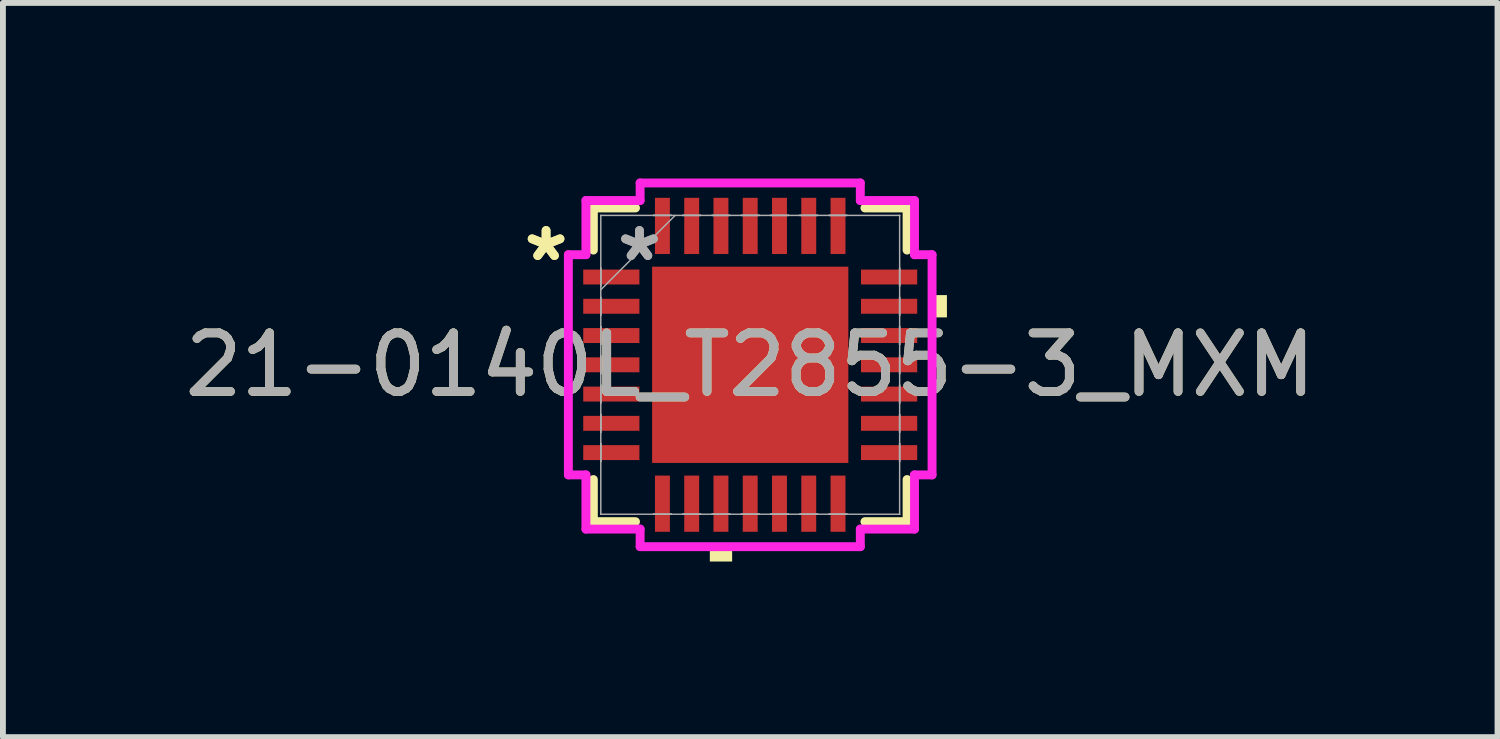
<source format=kicad_pcb>
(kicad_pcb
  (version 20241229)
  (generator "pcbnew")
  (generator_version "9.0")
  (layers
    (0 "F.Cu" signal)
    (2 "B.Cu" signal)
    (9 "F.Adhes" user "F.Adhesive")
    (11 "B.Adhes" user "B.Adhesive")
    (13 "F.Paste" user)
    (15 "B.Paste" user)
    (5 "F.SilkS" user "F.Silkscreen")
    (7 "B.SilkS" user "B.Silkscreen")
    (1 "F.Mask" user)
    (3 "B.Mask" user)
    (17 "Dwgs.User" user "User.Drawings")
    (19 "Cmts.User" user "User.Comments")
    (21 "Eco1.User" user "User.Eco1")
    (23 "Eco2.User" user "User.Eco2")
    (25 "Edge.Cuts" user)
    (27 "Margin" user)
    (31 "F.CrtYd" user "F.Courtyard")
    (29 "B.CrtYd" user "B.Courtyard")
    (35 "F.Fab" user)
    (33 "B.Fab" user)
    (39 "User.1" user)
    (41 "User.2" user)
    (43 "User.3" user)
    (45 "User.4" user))
  (footprint "21-0140L_T2855-3_MXM"
    (layer "F.Cu")
    (at 9.768 3.183)
    (property "Reference" "21-0140L_T2855-3_MXM" (at 0 0 0) (unlocked yes) (layer "F.SilkS") (effects (font (size 1 1) (thickness 0.15))))
    (attr smd)
    (fp_line (start -2.68 -2.68) (end -2.68 -1.96) (stroke (width 0.152) (type solid)) (layer "F.SilkS"))
    (fp_line (start -2.68 1.96) (end -2.68 2.68) (stroke (width 0.152) (type solid)) (layer "F.SilkS"))
    (fp_line (start -2.68 2.68) (end -1.96 2.68) (stroke (width 0.152) (type solid)) (layer "F.SilkS"))
    (fp_line (start -1.96 -2.68) (end -2.68 -2.68) (stroke (width 0.152) (type solid)) (layer "F.SilkS"))
    (fp_line (start 1.96 2.68) (end 2.68 2.68) (stroke (width 0.152) (type solid)) (layer "F.SilkS"))
    (fp_line (start 2.68 -2.68) (end 1.96 -2.68) (stroke (width 0.152) (type solid)) (layer "F.SilkS"))
    (fp_line (start 2.68 -1.96) (end 2.68 -2.68) (stroke (width 0.152) (type solid)) (layer "F.SilkS"))
    (fp_line (start 2.68 2.68) (end 2.68 1.96) (stroke (width 0.152) (type solid)) (layer "F.SilkS"))
    (fp_poly (pts (xy -0.69 3.107) (xy -0.69 3.361) (xy -0.309 3.361) (xy -0.309 3.107)) (stroke (width 0) (type solid)) (fill yes) (layer "F.SilkS"))
    (fp_poly (pts (xy 3.361 -1.191) (xy 3.361 -0.81) (xy 3.107 -0.81) (xy 3.107 -1.191)) (stroke (width 0) (type solid)) (fill yes) (layer "F.SilkS"))
    (fp_poly (pts (xy -1.576 -1.576) (xy -1.576 -0.1) (xy -0.1 -0.1) (xy -0.1 -1.576)) (stroke (width 0) (type solid)) (fill yes) (layer "F.Paste"))
    (fp_poly (pts (xy -1.576 0.1) (xy -1.576 1.576) (xy -0.1 1.576) (xy -0.1 0.1)) (stroke (width 0) (type solid)) (fill yes) (layer "F.Paste"))
    (fp_poly (pts (xy 0.1 -1.576) (xy 0.1 -0.1) (xy 1.576 -0.1) (xy 1.576 -1.576)) (stroke (width 0) (type solid)) (fill yes) (layer "F.Paste"))
    (fp_poly (pts (xy 0.1 0.1) (xy 0.1 1.576) (xy 1.576 1.576) (xy 1.576 0.1)) (stroke (width 0) (type solid)) (fill yes) (layer "F.Paste"))
    (fp_line (start -3.107 -1.881) (end -2.807 -1.881) (stroke (width 0.152) (type solid)) (layer "F.CrtYd"))
    (fp_line (start -3.107 1.881) (end -3.107 -1.881) (stroke (width 0.152) (type solid)) (layer "F.CrtYd"))
    (fp_line (start -2.807 -2.807) (end -1.881 -2.807) (stroke (width 0.152) (type solid)) (layer "F.CrtYd"))
    (fp_line (start -2.807 -1.881) (end -2.807 -2.807) (stroke (width 0.152) (type solid)) (layer "F.CrtYd"))
    (fp_line (start -2.807 1.881) (end -3.107 1.881) (stroke (width 0.152) (type solid)) (layer "F.CrtYd"))
    (fp_line (start -2.807 2.807) (end -2.807 1.881) (stroke (width 0.152) (type solid)) (layer "F.CrtYd"))
    (fp_line (start -1.881 -3.107) (end 1.881 -3.107) (stroke (width 0.152) (type solid)) (layer "F.CrtYd"))
    (fp_line (start -1.881 -2.807) (end -1.881 -3.107) (stroke (width 0.152) (type solid)) (layer "F.CrtYd"))
    (fp_line (start -1.881 2.807) (end -2.807 2.807) (stroke (width 0.152) (type solid)) (layer "F.CrtYd"))
    (fp_line (start -1.881 3.107) (end -1.881 2.807) (stroke (width 0.152) (type solid)) (layer "F.CrtYd"))
    (fp_line (start 1.881 -3.107) (end 1.881 -2.807) (stroke (width 0.152) (type solid)) (layer "F.CrtYd"))
    (fp_line (start 1.881 -2.807) (end 2.807 -2.807) (stroke (width 0.152) (type solid)) (layer "F.CrtYd"))
    (fp_line (start 1.881 2.807) (end 1.881 3.107) (stroke (width 0.152) (type solid)) (layer "F.CrtYd"))
    (fp_line (start 1.881 3.107) (end -1.881 3.107) (stroke (width 0.152) (type solid)) (layer "F.CrtYd"))
    (fp_line (start 2.807 -2.807) (end 2.807 -1.881) (stroke (width 0.152) (type solid)) (layer "F.CrtYd"))
    (fp_line (start 2.807 -1.881) (end 3.107 -1.881) (stroke (width 0.152) (type solid)) (layer "F.CrtYd"))
    (fp_line (start 2.807 1.881) (end 2.807 2.807) (stroke (width 0.152) (type solid)) (layer "F.CrtYd"))
    (fp_line (start 2.807 2.807) (end 1.881 2.807) (stroke (width 0.152) (type solid)) (layer "F.CrtYd"))
    (fp_line (start 3.107 -1.881) (end 3.107 1.881) (stroke (width 0.152) (type solid)) (layer "F.CrtYd"))
    (fp_line (start 3.107 1.881) (end 2.807 1.881) (stroke (width 0.152) (type solid)) (layer "F.CrtYd"))
    (fp_line (start -2.553 -2.553) (end -2.553 -2.553) (stroke (width 0.025) (type solid)) (layer "F.Fab"))
    (fp_line (start -2.553 -2.553) (end -2.553 2.553) (stroke (width 0.025) (type solid)) (layer "F.Fab"))
    (fp_line (start -2.553 -1.652) (end -2.553 -1.652) (stroke (width 0.025) (type solid)) (layer "F.Fab"))
    (fp_line (start -2.553 -1.652) (end -2.553 -1.348) (stroke (width 0.025) (type solid)) (layer "F.Fab"))
    (fp_line (start -2.553 -1.348) (end -2.553 -1.652) (stroke (width 0.025) (type solid)) (layer "F.Fab"))
    (fp_line (start -2.553 -1.348) (end -2.553 -1.348) (stroke (width 0.025) (type solid)) (layer "F.Fab"))
    (fp_line (start -2.553 -1.283) (end -1.283 -2.553) (stroke (width 0.025) (type solid)) (layer "F.Fab"))
    (fp_line (start -2.553 -1.152) (end -2.553 -1.152) (stroke (width 0.025) (type solid)) (layer "F.Fab"))
    (fp_line (start -2.553 -1.152) (end -2.553 -0.848) (stroke (width 0.025) (type solid)) (layer "F.Fab"))
    (fp_line (start -2.553 -0.848) (end -2.553 -1.152) (stroke (width 0.025) (type solid)) (layer "F.Fab"))
    (fp_line (start -2.553 -0.848) (end -2.553 -0.848) (stroke (width 0.025) (type solid)) (layer "F.Fab"))
    (fp_line (start -2.553 -0.652) (end -2.553 -0.652) (stroke (width 0.025) (type solid)) (layer "F.Fab"))
    (fp_line (start -2.553 -0.652) (end -2.553 -0.348) (stroke (width 0.025) (type solid)) (layer "F.Fab"))
    (fp_line (start -2.553 -0.348) (end -2.553 -0.652) (stroke (width 0.025) (type solid)) (layer "F.Fab"))
    (fp_line (start -2.553 -0.348) (end -2.553 -0.348) (stroke (width 0.025) (type solid)) (layer "F.Fab"))
    (fp_line (start -2.553 -0.152) (end -2.553 -0.152) (stroke (width 0.025) (type solid)) (layer "F.Fab"))
    (fp_line (start -2.553 -0.152) (end -2.553 0.152) (stroke (width 0.025) (type solid)) (layer "F.Fab"))
    (fp_line (start -2.553 0.152) (end -2.553 -0.152) (stroke (width 0.025) (type solid)) (layer "F.Fab"))
    (fp_line (start -2.553 0.152) (end -2.553 0.152) (stroke (width 0.025) (type solid)) (layer "F.Fab"))
    (fp_line (start -2.553 0.348) (end -2.553 0.348) (stroke (width 0.025) (type solid)) (layer "F.Fab"))
    (fp_line (start -2.553 0.348) (end -2.553 0.652) (stroke (width 0.025) (type solid)) (layer "F.Fab"))
    (fp_line (start -2.553 0.652) (end -2.553 0.348) (stroke (width 0.025) (type solid)) (layer "F.Fab"))
    (fp_line (start -2.553 0.652) (end -2.553 0.652) (stroke (width 0.025) (type solid)) (layer "F.Fab"))
    (fp_line (start -2.553 0.848) (end -2.553 0.848) (stroke (width 0.025) (type solid)) (layer "F.Fab"))
    (fp_line (start -2.553 0.848) (end -2.553 1.152) (stroke (width 0.025) (type solid)) (layer "F.Fab"))
    (fp_line (start -2.553 1.152) (end -2.553 0.848) (stroke (width 0.025) (type solid)) (layer "F.Fab"))
    (fp_line (start -2.553 1.152) (end -2.553 1.152) (stroke (width 0.025) (type solid)) (layer "F.Fab"))
    (fp_line (start -2.553 1.348) (end -2.553 1.348) (stroke (width 0.025) (type solid)) (layer "F.Fab"))
    (fp_line (start -2.553 1.348) (end -2.553 1.652) (stroke (width 0.025) (type solid)) (layer "F.Fab"))
    (fp_line (start -2.553 1.652) (end -2.553 1.348) (stroke (width 0.025) (type solid)) (layer "F.Fab"))
    (fp_line (start -2.553 1.652) (end -2.553 1.652) (stroke (width 0.025) (type solid)) (layer "F.Fab"))
    (fp_line (start -2.553 2.553) (end -2.553 2.553) (stroke (width 0.025) (type solid)) (layer "F.Fab"))
    (fp_line (start -2.553 2.553) (end 2.553 2.553) (stroke (width 0.025) (type solid)) (layer "F.Fab"))
    (fp_line (start -1.652 -2.553) (end -1.652 -2.553) (stroke (width 0.025) (type solid)) (layer "F.Fab"))
    (fp_line (start -1.652 -2.553) (end -1.348 -2.553) (stroke (width 0.025) (type solid)) (layer "F.Fab"))
    (fp_line (start -1.652 2.553) (end -1.652 2.553) (stroke (width 0.025) (type solid)) (layer "F.Fab"))
    (fp_line (start -1.652 2.553) (end -1.348 2.553) (stroke (width 0.025) (type solid)) (layer "F.Fab"))
    (fp_line (start -1.348 -2.553) (end -1.652 -2.553) (stroke (width 0.025) (type solid)) (layer "F.Fab"))
    (fp_line (start -1.348 -2.553) (end -1.348 -2.553) (stroke (width 0.025) (type solid)) (layer "F.Fab"))
    (fp_line (start -1.348 2.553) (end -1.652 2.553) (stroke (width 0.025) (type solid)) (layer "F.Fab"))
    (fp_line (start -1.348 2.553) (end -1.348 2.553) (stroke (width 0.025) (type solid)) (layer "F.Fab"))
    (fp_line (start -1.152 -2.553) (end -1.152 -2.553) (stroke (width 0.025) (type solid)) (layer "F.Fab"))
    (fp_line (start -1.152 -2.553) (end -0.848 -2.553) (stroke (width 0.025) (type solid)) (layer "F.Fab"))
    (fp_line (start -1.152 2.553) (end -1.152 2.553) (stroke (width 0.025) (type solid)) (layer "F.Fab"))
    (fp_line (start -1.152 2.553) (end -0.848 2.553) (stroke (width 0.025) (type solid)) (layer "F.Fab"))
    (fp_line (start -0.848 -2.553) (end -1.152 -2.553) (stroke (width 0.025) (type solid)) (layer "F.Fab"))
    (fp_line (start -0.848 -2.553) (end -0.848 -2.553) (stroke (width 0.025) (type solid)) (layer "F.Fab"))
    (fp_line (start -0.848 2.553) (end -1.152 2.553) (stroke (width 0.025) (type solid)) (layer "F.Fab"))
    (fp_line (start -0.848 2.553) (end -0.848 2.553) (stroke (width 0.025) (type solid)) (layer "F.Fab"))
    (fp_line (start -0.652 -2.553) (end -0.652 -2.553) (stroke (width 0.025) (type solid)) (layer "F.Fab"))
    (fp_line (start -0.652 -2.553) (end -0.348 -2.553) (stroke (width 0.025) (type solid)) (layer "F.Fab"))
    (fp_line (start -0.652 2.553) (end -0.652 2.553) (stroke (width 0.025) (type solid)) (layer "F.Fab"))
    (fp_line (start -0.652 2.553) (end -0.348 2.553) (stroke (width 0.025) (type solid)) (layer "F.Fab"))
    (fp_line (start -0.348 -2.553) (end -0.652 -2.553) (stroke (width 0.025) (type solid)) (layer "F.Fab"))
    (fp_line (start -0.348 -2.553) (end -0.348 -2.553) (stroke (width 0.025) (type solid)) (layer "F.Fab"))
    (fp_line (start -0.348 2.553) (end -0.652 2.553) (stroke (width 0.025) (type solid)) (layer "F.Fab"))
    (fp_line (start -0.348 2.553) (end -0.348 2.553) (stroke (width 0.025) (type solid)) (layer "F.Fab"))
    (fp_line (start -0.152 -2.553) (end -0.152 -2.553) (stroke (width 0.025) (type solid)) (layer "F.Fab"))
    (fp_line (start -0.152 -2.553) (end 0.152 -2.553) (stroke (width 0.025) (type solid)) (layer "F.Fab"))
    (fp_line (start -0.152 2.553) (end -0.152 2.553) (stroke (width 0.025) (type solid)) (layer "F.Fab"))
    (fp_line (start -0.152 2.553) (end 0.152 2.553) (stroke (width 0.025) (type solid)) (layer "F.Fab"))
    (fp_line (start 0.152 -2.553) (end -0.152 -2.553) (stroke (width 0.025) (type solid)) (layer "F.Fab"))
    (fp_line (start 0.152 -2.553) (end 0.152 -2.553) (stroke (width 0.025) (type solid)) (layer "F.Fab"))
    (fp_line (start 0.152 2.553) (end -0.152 2.553) (stroke (width 0.025) (type solid)) (layer "F.Fab"))
    (fp_line (start 0.152 2.553) (end 0.152 2.553) (stroke (width 0.025) (type solid)) (layer "F.Fab"))
    (fp_line (start 0.348 -2.553) (end 0.348 -2.553) (stroke (width 0.025) (type solid)) (layer "F.Fab"))
    (fp_line (start 0.348 -2.553) (end 0.652 -2.553) (stroke (width 0.025) (type solid)) (layer "F.Fab"))
    (fp_line (start 0.348 2.553) (end 0.348 2.553) (stroke (width 0.025) (type solid)) (layer "F.Fab"))
    (fp_line (start 0.348 2.553) (end 0.652 2.553) (stroke (width 0.025) (type solid)) (layer "F.Fab"))
    (fp_line (start 0.652 -2.553) (end 0.348 -2.553) (stroke (width 0.025) (type solid)) (layer "F.Fab"))
    (fp_line (start 0.652 -2.553) (end 0.652 -2.553) (stroke (width 0.025) (type solid)) (layer "F.Fab"))
    (fp_line (start 0.652 2.553) (end 0.348 2.553) (stroke (width 0.025) (type solid)) (layer "F.Fab"))
    (fp_line (start 0.652 2.553) (end 0.652 2.553) (stroke (width 0.025) (type solid)) (layer "F.Fab"))
    (fp_line (start 0.848 -2.553) (end 0.848 -2.553) (stroke (width 0.025) (type solid)) (layer "F.Fab"))
    (fp_line (start 0.848 -2.553) (end 1.152 -2.553) (stroke (width 0.025) (type solid)) (layer "F.Fab"))
    (fp_line (start 0.848 2.553) (end 0.848 2.553) (stroke (width 0.025) (type solid)) (layer "F.Fab"))
    (fp_line (start 0.848 2.553) (end 1.152 2.553) (stroke (width 0.025) (type solid)) (layer "F.Fab"))
    (fp_line (start 1.152 -2.553) (end 0.848 -2.553) (stroke (width 0.025) (type solid)) (layer "F.Fab"))
    (fp_line (start 1.152 -2.553) (end 1.152 -2.553) (stroke (width 0.025) (type solid)) (layer "F.Fab"))
    (fp_line (start 1.152 2.553) (end 0.848 2.553) (stroke (width 0.025) (type solid)) (layer "F.Fab"))
    (fp_line (start 1.152 2.553) (end 1.152 2.553) (stroke (width 0.025) (type solid)) (layer "F.Fab"))
    (fp_line (start 1.348 -2.553) (end 1.348 -2.553) (stroke (width 0.025) (type solid)) (layer "F.Fab"))
    (fp_line (start 1.348 -2.553) (end 1.652 -2.553) (stroke (width 0.025) (type solid)) (layer "F.Fab"))
    (fp_line (start 1.348 2.553) (end 1.348 2.553) (stroke (width 0.025) (type solid)) (layer "F.Fab"))
    (fp_line (start 1.348 2.553) (end 1.652 2.553) (stroke (width 0.025) (type solid)) (layer "F.Fab"))
    (fp_line (start 1.652 -2.553) (end 1.348 -2.553) (stroke (width 0.025) (type solid)) (layer "F.Fab"))
    (fp_line (start 1.652 -2.553) (end 1.652 -2.553) (stroke (width 0.025) (type solid)) (layer "F.Fab"))
    (fp_line (start 1.652 2.553) (end 1.348 2.553) (stroke (width 0.025) (type solid)) (layer "F.Fab"))
    (fp_line (start 1.652 2.553) (end 1.652 2.553) (stroke (width 0.025) (type solid)) (layer "F.Fab"))
    (fp_line (start 2.553 -2.553) (end -2.553 -2.553) (stroke (width 0.025) (type solid)) (layer "F.Fab"))
    (fp_line (start 2.553 -2.553) (end 2.553 -2.553) (stroke (width 0.025) (type solid)) (layer "F.Fab"))
    (fp_line (start 2.553 -1.652) (end 2.553 -1.652) (stroke (width 0.025) (type solid)) (layer "F.Fab"))
    (fp_line (start 2.553 -1.652) (end 2.553 -1.348) (stroke (width 0.025) (type solid)) (layer "F.Fab"))
    (fp_line (start 2.553 -1.348) (end 2.553 -1.652) (stroke (width 0.025) (type solid)) (layer "F.Fab"))
    (fp_line (start 2.553 -1.348) (end 2.553 -1.348) (stroke (width 0.025) (type solid)) (layer "F.Fab"))
    (fp_line (start 2.553 -1.152) (end 2.553 -1.152) (stroke (width 0.025) (type solid)) (layer "F.Fab"))
    (fp_line (start 2.553 -1.152) (end 2.553 -0.848) (stroke (width 0.025) (type solid)) (layer "F.Fab"))
    (fp_line (start 2.553 -0.848) (end 2.553 -1.152) (stroke (width 0.025) (type solid)) (layer "F.Fab"))
    (fp_line (start 2.553 -0.848) (end 2.553 -0.848) (stroke (width 0.025) (type solid)) (layer "F.Fab"))
    (fp_line (start 2.553 -0.652) (end 2.553 -0.652) (stroke (width 0.025) (type solid)) (layer "F.Fab"))
    (fp_line (start 2.553 -0.652) (end 2.553 -0.348) (stroke (width 0.025) (type solid)) (layer "F.Fab"))
    (fp_line (start 2.553 -0.348) (end 2.553 -0.652) (stroke (width 0.025) (type solid)) (layer "F.Fab"))
    (fp_line (start 2.553 -0.348) (end 2.553 -0.348) (stroke (width 0.025) (type solid)) (layer "F.Fab"))
    (fp_line (start 2.553 -0.152) (end 2.553 -0.152) (stroke (width 0.025) (type solid)) (layer "F.Fab"))
    (fp_line (start 2.553 -0.152) (end 2.553 0.152) (stroke (width 0.025) (type solid)) (layer "F.Fab"))
    (fp_line (start 2.553 0.152) (end 2.553 -0.152) (stroke (width 0.025) (type solid)) (layer "F.Fab"))
    (fp_line (start 2.553 0.152) (end 2.553 0.152) (stroke (width 0.025) (type solid)) (layer "F.Fab"))
    (fp_line (start 2.553 0.348) (end 2.553 0.348) (stroke (width 0.025) (type solid)) (layer "F.Fab"))
    (fp_line (start 2.553 0.348) (end 2.553 0.652) (stroke (width 0.025) (type solid)) (layer "F.Fab"))
    (fp_line (start 2.553 0.652) (end 2.553 0.348) (stroke (width 0.025) (type solid)) (layer "F.Fab"))
    (fp_line (start 2.553 0.652) (end 2.553 0.652) (stroke (width 0.025) (type solid)) (layer "F.Fab"))
    (fp_line (start 2.553 0.848) (end 2.553 0.848) (stroke (width 0.025) (type solid)) (layer "F.Fab"))
    (fp_line (start 2.553 0.848) (end 2.553 1.152) (stroke (width 0.025) (type solid)) (layer "F.Fab"))
    (fp_line (start 2.553 1.152) (end 2.553 0.848) (stroke (width 0.025) (type solid)) (layer "F.Fab"))
    (fp_line (start 2.553 1.152) (end 2.553 1.152) (stroke (width 0.025) (type solid)) (layer "F.Fab"))
    (fp_line (start 2.553 1.348) (end 2.553 1.348) (stroke (width 0.025) (type solid)) (layer "F.Fab"))
    (fp_line (start 2.553 1.348) (end 2.553 1.652) (stroke (width 0.025) (type solid)) (layer "F.Fab"))
    (fp_line (start 2.553 1.652) (end 2.553 1.348) (stroke (width 0.025) (type solid)) (layer "F.Fab"))
    (fp_line (start 2.553 1.652) (end 2.553 1.652) (stroke (width 0.025) (type solid)) (layer "F.Fab"))
    (fp_line (start 2.553 2.553) (end 2.553 -2.553) (stroke (width 0.025) (type solid)) (layer "F.Fab"))
    (fp_line (start 2.553 2.553) (end 2.553 2.553) (stroke (width 0.025) (type solid)) (layer "F.Fab"))
    (fp_text user "*" (at -3.488 -1.75 0) (layer "F.SilkS") (effects (font (size 1 1) (thickness 0.15))))
    (fp_text user "*" (at -3.488 -1.75 0) (unlocked yes) (layer "F.SilkS") (effects (font (size 1 1) (thickness 0.15))))
    (fp_text user "*" (at -1.892 -1.75 0) (unlocked yes) (layer "F.Fab") (effects (font (size 1 1) (thickness 0.15))))
    (fp_text user "*" (at -1.892 -1.75 0) (layer "F.Fab") (effects (font (size 1 1) (thickness 0.15))))
    (fp_text user "${REFERENCE}" (at 0 0 0) (unlocked yes) (layer "F.Fab") (effects (font (size 1 1) (thickness 0.15))))
    (pad "1" smd rect (at -2.373 -1.5 90) (size 0.255 0.96) (layers "F.Cu" "F.Mask" "F.Paste"))
    (pad "2" smd rect (at -2.373 -1 90) (size 0.255 0.96) (layers "F.Cu" "F.Mask" "F.Paste"))
    (pad "3" smd rect (at -2.373 -0.5 90) (size 0.255 0.96) (layers "F.Cu" "F.Mask" "F.Paste"))
    (pad "4" smd rect (at -2.373 0 90) (size 0.255 0.96) (layers "F.Cu" "F.Mask" "F.Paste"))
    (pad "5" smd rect (at -2.373 0.5 90) (size 0.255 0.96) (layers "F.Cu" "F.Mask" "F.Paste"))
    (pad "6" smd rect (at -2.373 1 90) (size 0.255 0.96) (layers "F.Cu" "F.Mask" "F.Paste"))
    (pad "7" smd rect (at -2.373 1.5 90) (size 0.255 0.96) (layers "F.Cu" "F.Mask" "F.Paste"))
    (pad "8" smd rect (at -1.5 2.373) (size 0.255 0.96) (layers "F.Cu" "F.Mask" "F.Paste"))
    (pad "9" smd rect (at -1 2.373) (size 0.255 0.96) (layers "F.Cu" "F.Mask" "F.Paste"))
    (pad "10" smd rect (at -0.5 2.373) (size 0.255 0.96) (layers "F.Cu" "F.Mask" "F.Paste"))
    (pad "11" smd rect (at 0 2.373) (size 0.255 0.96) (layers "F.Cu" "F.Mask" "F.Paste"))
    (pad "12" smd rect (at 0.5 2.373) (size 0.255 0.96) (layers "F.Cu" "F.Mask" "F.Paste"))
    (pad "13" smd rect (at 1 2.373) (size 0.255 0.96) (layers "F.Cu" "F.Mask" "F.Paste"))
    (pad "14" smd rect (at 1.5 2.373) (size 0.255 0.96) (layers "F.Cu" "F.Mask" "F.Paste"))
    (pad "15" smd rect (at 2.373 1.5 90) (size 0.255 0.96) (layers "F.Cu" "F.Mask" "F.Paste"))
    (pad "16" smd rect (at 2.373 1 90) (size 0.255 0.96) (layers "F.Cu" "F.Mask" "F.Paste"))
    (pad "17" smd rect (at 2.373 0.5 90) (size 0.255 0.96) (layers "F.Cu" "F.Mask" "F.Paste"))
    (pad "18" smd rect (at 2.373 0 90) (size 0.255 0.96) (layers "F.Cu" "F.Mask" "F.Paste"))
    (pad "19" smd rect (at 2.373 -0.5 90) (size 0.255 0.96) (layers "F.Cu" "F.Mask" "F.Paste"))
    (pad "20" smd rect (at 2.373 -1 90) (size 0.255 0.96) (layers "F.Cu" "F.Mask" "F.Paste"))
    (pad "21" smd rect (at 2.373 -1.5 90) (size 0.255 0.96) (layers "F.Cu" "F.Mask" "F.Paste"))
    (pad "22" smd rect (at 1.5 -2.373) (size 0.255 0.96) (layers "F.Cu" "F.Mask" "F.Paste"))
    (pad "23" smd rect (at 1 -2.373) (size 0.255 0.96) (layers "F.Cu" "F.Mask" "F.Paste"))
    (pad "24" smd rect (at 0.5 -2.373) (size 0.255 0.96) (layers "F.Cu" "F.Mask" "F.Paste"))
    (pad "25" smd rect (at 0 -2.373) (size 0.255 0.96) (layers "F.Cu" "F.Mask" "F.Paste"))
    (pad "26" smd rect (at -0.5 -2.373) (size 0.255 0.96) (layers "F.Cu" "F.Mask" "F.Paste"))
    (pad "27" smd rect (at -1 -2.373) (size 0.255 0.96) (layers "F.Cu" "F.Mask" "F.Paste"))
    (pad "28" smd rect (at -1.5 -2.373) (size 0.255 0.96) (layers "F.Cu" "F.Mask" "F.Paste"))
    (pad "29" smd rect (at 0 0) (size 3.353 3.353) (layers "F.Cu" "F.Mask")))
  (gr_rect
    (start -3 -3)
    (end 22.536 9.544)
    (stroke (width 0.1) (type default))
    (fill no)
    (layer "Edge.Cuts")))
</source>
